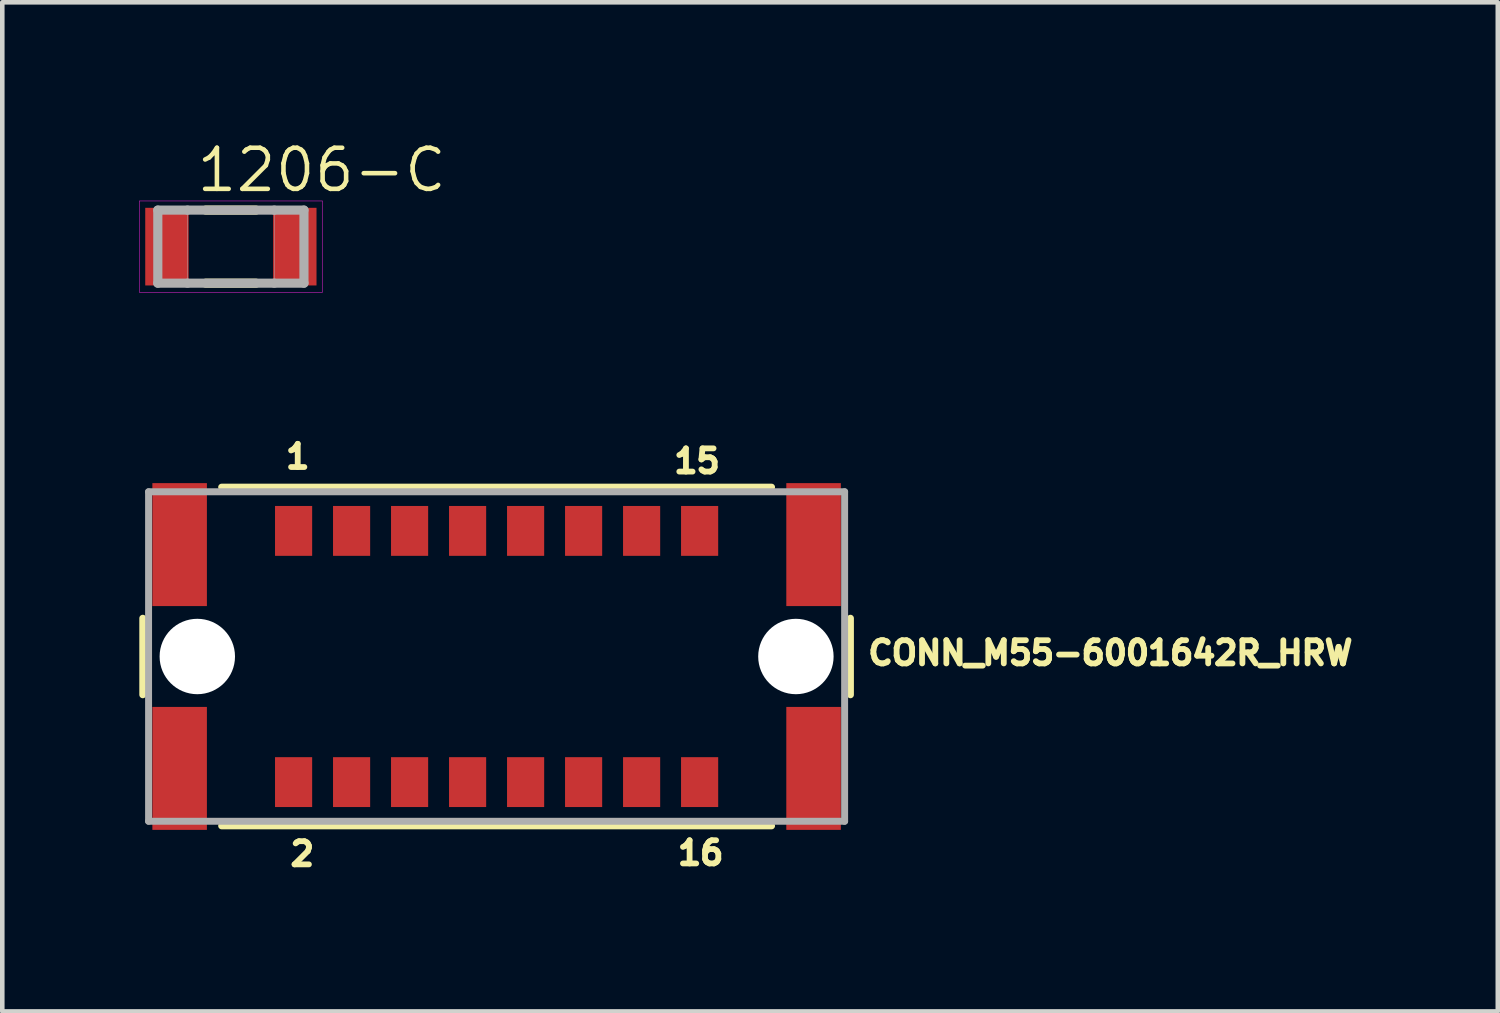
<source format=kicad_pcb>
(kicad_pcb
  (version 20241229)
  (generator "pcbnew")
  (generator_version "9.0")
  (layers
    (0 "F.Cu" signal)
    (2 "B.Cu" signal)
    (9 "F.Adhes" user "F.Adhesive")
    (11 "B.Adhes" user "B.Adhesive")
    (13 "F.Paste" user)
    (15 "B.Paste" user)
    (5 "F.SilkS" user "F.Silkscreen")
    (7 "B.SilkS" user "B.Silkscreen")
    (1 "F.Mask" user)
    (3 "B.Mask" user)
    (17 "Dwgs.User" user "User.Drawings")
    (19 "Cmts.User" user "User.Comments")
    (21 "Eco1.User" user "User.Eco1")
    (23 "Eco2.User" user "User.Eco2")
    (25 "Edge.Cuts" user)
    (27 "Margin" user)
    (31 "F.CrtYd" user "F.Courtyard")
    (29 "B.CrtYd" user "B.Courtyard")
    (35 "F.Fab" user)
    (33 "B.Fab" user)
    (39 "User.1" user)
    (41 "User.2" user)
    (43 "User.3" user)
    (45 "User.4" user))
  (footprint "CONN_M55-6001642R_HRW"
    (layer "F.Cu")
    (at 7.823 11.324)
    (property "Reference" "CONN_M55-6001642R_HRW" (at 8.07 0.22 0) (layer "F.SilkS") (effects (font (size 0.508 0.508) (thickness 0.127)) (justify left bottom)))
    (fp_line (start -7.747 -0.838) (end -7.747 0.838) (stroke (width 0.152) (type solid)) (layer "F.SilkS"))
    (fp_line (start -6.02 3.708) (end 6.02 3.708) (stroke (width 0.152) (type solid)) (layer "F.SilkS"))
    (fp_line (start 6.02 -3.708) (end -6.02 -3.708) (stroke (width 0.152) (type solid)) (layer "F.SilkS"))
    (fp_line (start 7.747 0.838) (end 7.747 -0.838) (stroke (width 0.152) (type solid)) (layer "F.SilkS"))
    (fp_line (start -7.62 -3.607) (end -7.62 3.607) (stroke (width 0.152) (type solid)) (layer "F.Fab"))
    (fp_line (start -7.62 3.607) (end 7.62 3.607) (stroke (width 0.152) (type solid)) (layer "F.Fab"))
    (fp_line (start 7.62 -3.607) (end -7.62 -3.607) (stroke (width 0.152) (type solid)) (layer "F.Fab"))
    (fp_line (start 7.62 3.607) (end 7.62 -3.607) (stroke (width 0.152) (type solid)) (layer "F.Fab"))
    (fp_text user "16" (at 3.9 4.6 0) (layer "F.SilkS") (effects (font (size 0.508 0.508) (thickness 0.127)) (justify left bottom)))
    (fp_text user "2" (at -4.58 4.62 0) (layer "F.SilkS") (effects (font (size 0.508 0.508) (thickness 0.127)) (justify left bottom)))
    (fp_text user "15" (at 3.82 -3.98 0) (layer "F.SilkS") (effects (font (size 0.508 0.508) (thickness 0.127)) (justify left bottom)))
    (fp_text user "1" (at -4.68 -4.08 0) (layer "F.SilkS") (effects (font (size 0.508 0.508) (thickness 0.127)) (justify left bottom)))
    (pad "" np_thru_hole circle (at -6.553 0) (size 1.651 1.651) (drill 1.651) (layers "*.Cu" "*.Mask"))
    (pad "" np_thru_hole circle (at 6.553 0) (size 1.651 1.651) (drill 1.651) (layers "*.Cu" "*.Mask"))
    (pad "1" smd rect (at -4.445 -2.75) (size 0.813 1.092) (layers "F.Cu" "F.Mask" "F.Paste"))
    (pad "2" smd rect (at -4.445 2.75) (size 0.813 1.092) (layers "F.Cu" "F.Mask" "F.Paste"))
    (pad "3" smd rect (at -3.175 -2.75) (size 0.813 1.092) (layers "F.Cu" "F.Mask" "F.Paste"))
    (pad "4" smd rect (at -3.175 2.75) (size 0.813 1.092) (layers "F.Cu" "F.Mask" "F.Paste"))
    (pad "5" smd rect (at -1.905 -2.75) (size 0.813 1.092) (layers "F.Cu" "F.Mask" "F.Paste"))
    (pad "6" smd rect (at -1.905 2.75) (size 0.813 1.092) (layers "F.Cu" "F.Mask" "F.Paste"))
    (pad "7" smd rect (at -0.635 -2.75) (size 0.813 1.092) (layers "F.Cu" "F.Mask" "F.Paste"))
    (pad "8" smd rect (at -0.635 2.75) (size 0.813 1.092) (layers "F.Cu" "F.Mask" "F.Paste"))
    (pad "9" smd rect (at 0.635 -2.75) (size 0.813 1.092) (layers "F.Cu" "F.Mask" "F.Paste"))
    (pad "10" smd rect (at 0.635 2.75) (size 0.813 1.092) (layers "F.Cu" "F.Mask" "F.Paste"))
    (pad "11" smd rect (at 1.905 -2.75) (size 0.813 1.092) (layers "F.Cu" "F.Mask" "F.Paste"))
    (pad "12" smd rect (at 1.905 2.75) (size 0.813 1.092) (layers "F.Cu" "F.Mask" "F.Paste"))
    (pad "13" smd rect (at 3.175 -2.75) (size 0.813 1.092) (layers "F.Cu" "F.Mask" "F.Paste"))
    (pad "14" smd rect (at 3.175 2.75) (size 0.813 1.092) (layers "F.Cu" "F.Mask" "F.Paste"))
    (pad "15" smd rect (at 4.445 -2.75) (size 0.813 1.092) (layers "F.Cu" "F.Mask" "F.Paste"))
    (pad "16" smd rect (at 4.445 2.75) (size 0.813 1.092) (layers "F.Cu" "F.Mask" "F.Paste"))
    (pad "19" smd rect (at -6.94 2.45) (size 1.194 2.692) (layers "F.Cu" "F.Mask" "F.Paste"))
    (pad "20" smd rect (at 6.94 2.45) (size 1.194 2.692) (layers "F.Cu" "F.Mask" "F.Paste"))
    (pad "21" smd rect (at -6.94 -2.45) (size 1.194 2.692) (layers "F.Cu" "F.Mask" "F.Paste"))
    (pad "22" smd rect (at 6.94 -2.45) (size 1.194 2.692) (layers "F.Cu" "F.Mask" "F.Paste")))
  (footprint "1206-C"
    (layer "F.Cu")
    (at 2.005 2.35)
    (property "Reference" "1206-C" (at -0.8 -1.15 0) (layer "F.SilkS") (effects (font (size 0.9 0.9) (thickness 0.1)) (justify left bottom)))
    (fp_line (start -0.55 -0.8) (end 0.55 -0.8) (stroke (width 0.2) (type solid)) (layer "F.SilkS"))
    (fp_line (start -0.55 0.8) (end 0.55 0.8) (stroke (width 0.2) (type solid)) (layer "F.SilkS"))
    (fp_line (start -2 -1) (end -2 1) (stroke (width 0.01) (type solid)) (layer "F.CrtYd"))
    (fp_line (start -2 1) (end 2 1) (stroke (width 0.01) (type solid)) (layer "F.CrtYd"))
    (fp_line (start 2 -1) (end -2 -1) (stroke (width 0.01) (type solid)) (layer "F.CrtYd"))
    (fp_line (start 2 1) (end 2 -1) (stroke (width 0.01) (type solid)) (layer "F.CrtYd"))
    (fp_line (start -1.6 -0.8) (end -1.6 0.8) (stroke (width 0.2) (type solid)) (layer "F.Fab"))
    (fp_line (start -1.6 0.8) (end -0.95 0.8) (stroke (width 0.2) (type solid)) (layer "F.Fab"))
    (fp_line (start -0.95 -0.8) (end -1.6 -0.8) (stroke (width 0.2) (type solid)) (layer "F.Fab"))
    (fp_line (start -0.95 -0.8) (end -0.95 0.8) (stroke (width 0.01) (type solid)) (layer "F.Fab"))
    (fp_line (start -0.95 0.8) (end 0.95 0.8) (stroke (width 0.2) (type solid)) (layer "F.Fab"))
    (fp_line (start 0.95 -0.8) (end -0.95 -0.8) (stroke (width 0.2) (type solid)) (layer "F.Fab"))
    (fp_line (start 0.95 -0.8) (end 0.95 0.8) (stroke (width 0.01) (type solid)) (layer "F.Fab"))
    (fp_line (start 0.95 0.8) (end 1.6 0.8) (stroke (width 0.2) (type solid)) (layer "F.Fab"))
    (fp_line (start 1.6 -0.8) (end 0.95 -0.8) (stroke (width 0.2) (type solid)) (layer "F.Fab"))
    (fp_line (start 1.6 0.8) (end 1.6 -0.8) (stroke (width 0.2) (type solid)) (layer "F.Fab"))
    (pad "1" smd rect (at -1.4 0) (size 0.95 1.7) (layers "F.Cu" "F.Mask" "F.Paste"))
    (pad "2" smd rect (at 1.4 0) (size 0.95 1.7) (layers "F.Cu" "F.Mask" "F.Paste")))
  (gr_rect
    (start -3 -3)
    (end 29.744 19.095)
    (stroke (width 0.1) (type default))
    (fill no)
    (layer "Edge.Cuts")))
</source>
